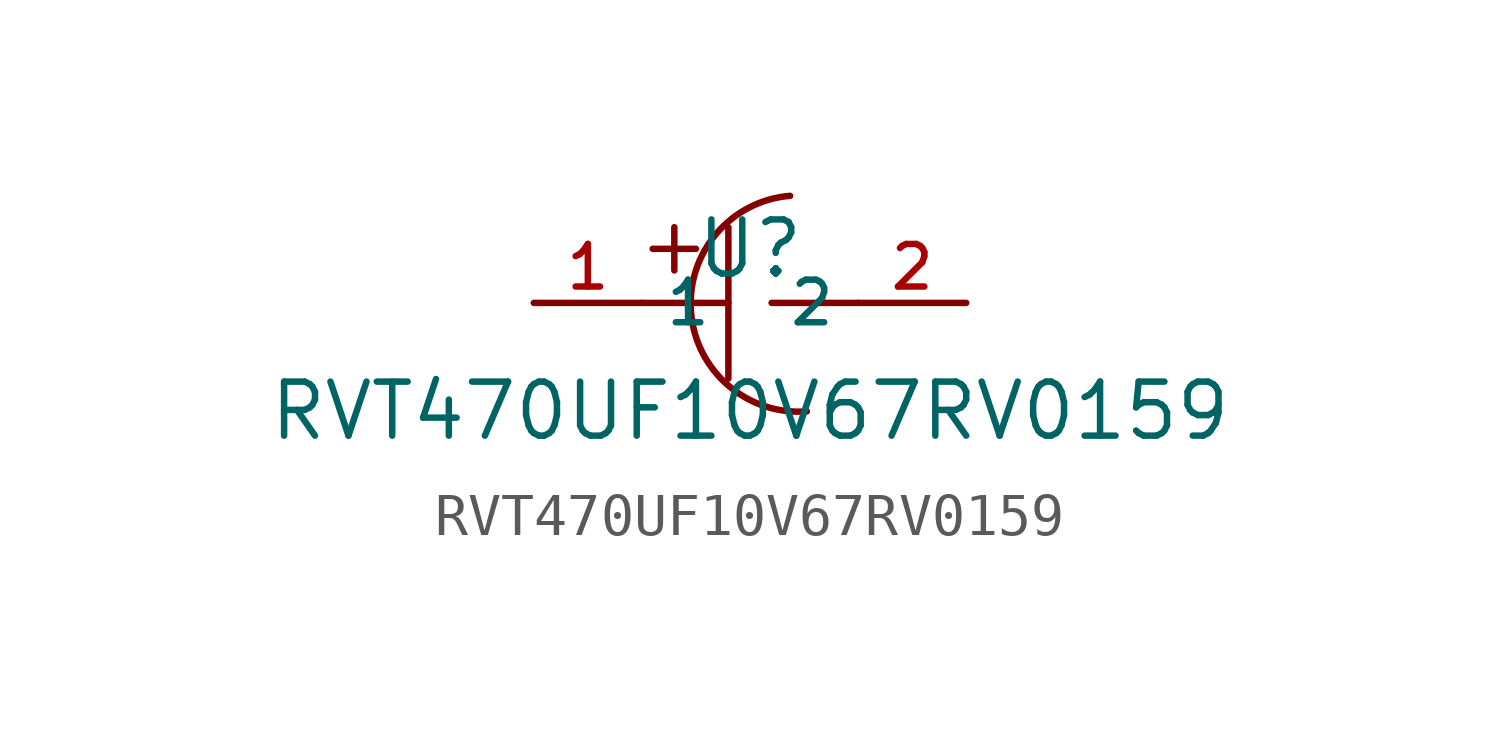
<source format=kicad_sym>
(kicad_symbol_lib
  (version 20210201)
  (generator TousstNicolas/JLC2KiCad_lib)
  (symbol "RVT470UF10V67RV0159"
    (property "Reference" "U"
      (at 0 1.27 0)
      (effects (font (size 1.27 1.27))))
    (property "Value" "RVT470UF10V67RV0159"
      (at 0 -2.54 0)
      (effects (font (size 1.27 1.27))))
    (symbol "RVT470UF10V67RV0159_0_1"
      (polyline (pts (xy -0.508 1.778) (xy -0.508 -1.778)) (stroke (width 0) (type default) (color 0 0 0 0)) (fill (type none)))
      (pin input line (at -5.08 -0.0 0) (length 2.54) (name "1" (effects (font (size 1 1)))) (number "1" (effects (font (size 1 1)))))
      (pin input line (at 5.08 -0.0 180) (length 2.54) (name "2" (effects (font (size 1 1)))) (number "2" (effects (font (size 1 1)))))
      (polyline (pts (xy -2.54 -0.0) (xy -0.508 -0.0)) (stroke (width 0) (type default) (color 0 0 0 0)) (fill (type none)))
      (polyline (pts (xy 0.508 -0.0) (xy 2.54 -0.0)) (stroke (width 0) (type default) (color 0 0 0 0)) (fill (type none)))
      (arc (start 1.336076669933015 -2.5488732196922568) (mid -1.393170600892016 -0.2133945408688318) (end 0.942308016927978 2.515852782158215) (stroke (width 0) (type default) (color 0 0 0 0)) (fill (type none)))
      (polyline (pts (xy -2.286 1.27) (xy -1.27 1.27)) (stroke (width 0) (type default) (color 0 0 0 0)) (fill (type none)))
      (polyline (pts (xy -1.778 1.778) (xy -1.778 0.762)) (stroke (width 0) (type default) (color 0 0 0 0)) (fill (type none))))))
</source>
